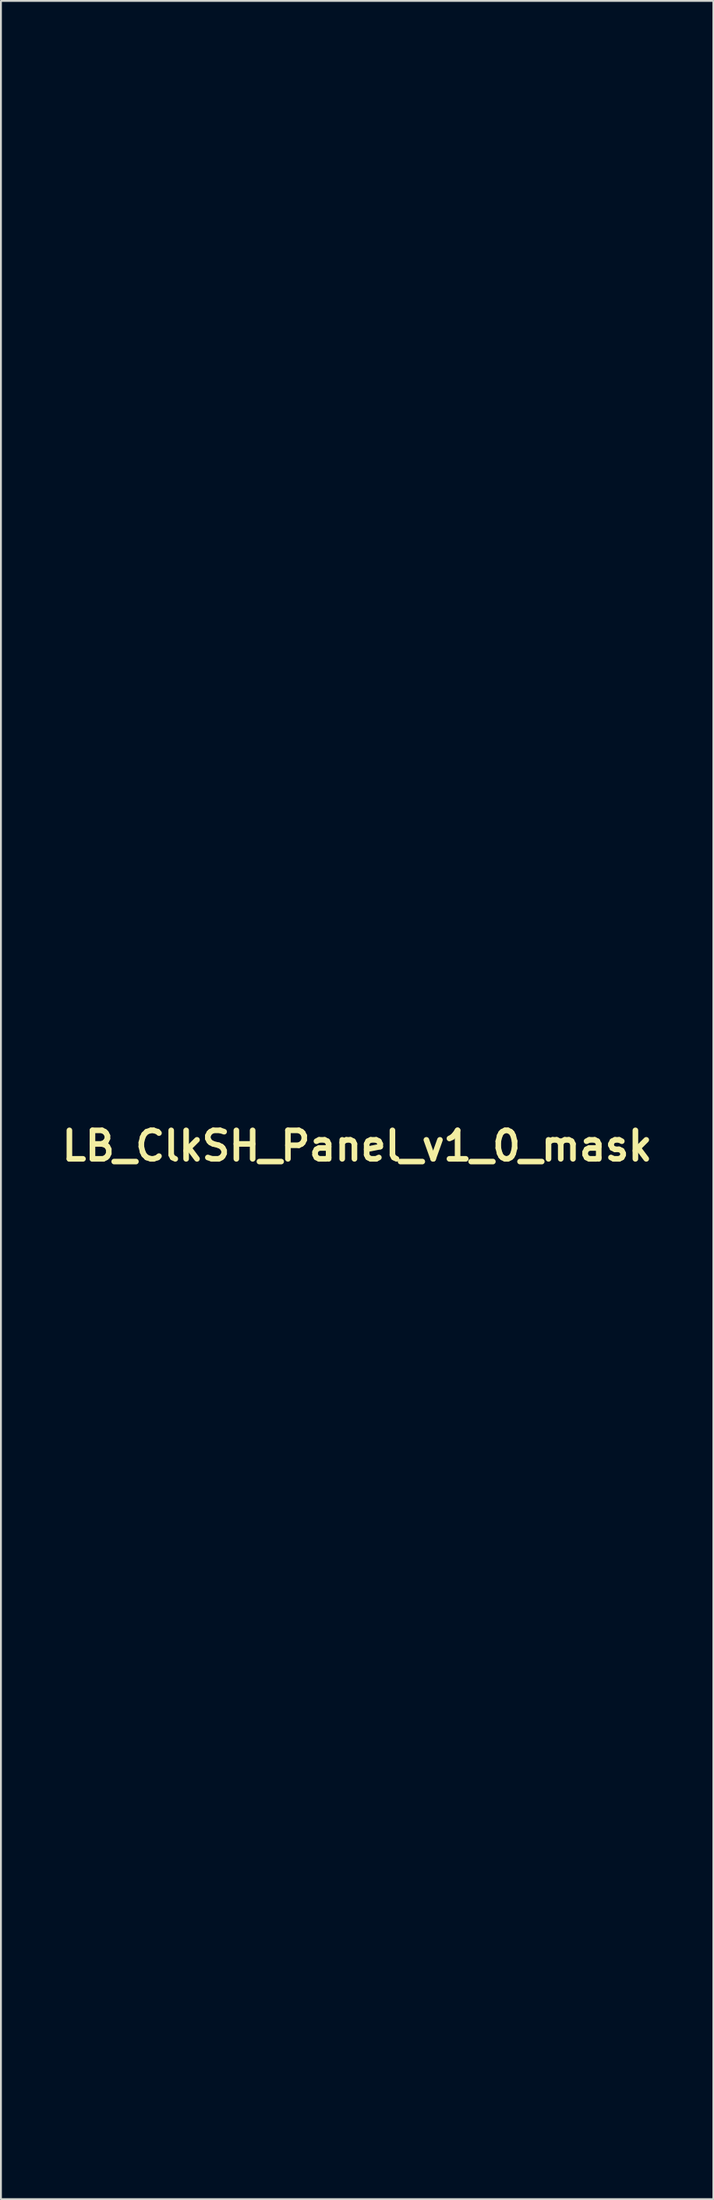
<source format=kicad_pcb>
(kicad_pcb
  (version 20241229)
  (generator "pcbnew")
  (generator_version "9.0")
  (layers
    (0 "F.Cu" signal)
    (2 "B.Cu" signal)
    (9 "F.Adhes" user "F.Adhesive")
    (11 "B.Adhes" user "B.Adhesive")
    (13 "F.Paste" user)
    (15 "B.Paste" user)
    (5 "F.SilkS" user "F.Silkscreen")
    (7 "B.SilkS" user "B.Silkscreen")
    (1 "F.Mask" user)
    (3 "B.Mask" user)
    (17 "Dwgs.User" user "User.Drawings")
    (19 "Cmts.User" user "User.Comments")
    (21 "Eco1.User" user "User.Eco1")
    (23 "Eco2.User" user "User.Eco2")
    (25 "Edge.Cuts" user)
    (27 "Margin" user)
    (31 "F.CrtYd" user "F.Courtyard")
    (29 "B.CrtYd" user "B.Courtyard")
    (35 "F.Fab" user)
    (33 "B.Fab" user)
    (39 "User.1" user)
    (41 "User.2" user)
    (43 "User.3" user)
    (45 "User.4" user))
  (footprint "LB_ClkSH_Panel_v1_0_mask"
    (layer "F.Cu")
    (at 16.046 58.213)
    (property "Reference" "LB_ClkSH_Panel_v1_0_mask" (at 0 0 0) (layer "F.SilkS") (effects (font (size 1.524 1.524) (thickness 0.3))))
    (attr through_hole)
    (fp_poly (pts (xy -0.677 -53.044) (xy -1.101 -53.044) (xy -1.101 -54.949) (xy -0.677 -54.949) (xy -0.677 -53.044)) (stroke (width 0.01) (type solid)) (fill yes) (layer "F.Mask"))
    (fp_poly (pts (xy -1.185 -9.61) (xy -0.423 -9.61) (xy -0.423 -9.271) (xy -1.609 -9.271) (xy -1.609 -11.176) (xy -1.185 -11.176) (xy -1.185 -9.61)) (stroke (width 0.01) (type solid)) (fill yes) (layer "F.Mask"))
    (fp_poly (pts (xy -0.677 15.536) (xy -1.185 15.536) (xy -1.185 17.103) (xy -1.609 17.103) (xy -1.609 15.536) (xy -2.117 15.536) (xy -2.117 15.198) (xy -0.677 15.198) (xy -0.677 15.536)) (stroke (width 0.01) (type solid)) (fill yes) (layer "F.Mask"))
    (fp_poly (pts (xy 1.651 36.957) (xy 1.143 36.957) (xy 1.143 38.523) (xy 0.72 38.523) (xy 0.72 36.957) (xy 0.212 36.957) (xy 0.212 36.618) (xy 1.651 36.618) (xy 1.651 36.957)) (stroke (width 0.01) (type solid)) (fill yes) (layer "F.Mask"))
    (fp_poly (pts (xy 1.778 -41.91) (xy 1.27 -41.91) (xy 1.27 -40.344) (xy 0.847 -40.344) (xy 0.847 -41.91) (xy 0.339 -41.91) (xy 0.339 -42.249) (xy 1.778 -42.249) (xy 1.778 -41.91)) (stroke (width 0.01) (type solid)) (fill yes) (layer "F.Mask"))
    (fp_poly (pts (xy 0.889 -10.837) (xy 0.127 -10.837) (xy 0.127 -10.414) (xy 0.847 -10.414) (xy 0.847 -10.075) (xy 0.127 -10.075) (xy 0.127 -9.61) (xy 0.931 -9.61) (xy 0.931 -9.271) (xy -0.296 -9.271) (xy -0.296 -11.176) (xy 0.889 -11.176) (xy 0.889 -10.837)) (stroke (width 0.01) (type solid)) (fill yes) (layer "F.Mask"))
    (fp_poly (pts (xy 2.921 36.957) (xy 2.159 36.957) (xy 2.159 37.38) (xy 2.879 37.38) (xy 2.879 37.719) (xy 2.159 37.719) (xy 2.159 38.185) (xy 2.963 38.185) (xy 2.963 38.523) (xy 1.736 38.523) (xy 1.736 36.618) (xy 2.921 36.618) (xy 2.921 36.957)) (stroke (width 0.01) (type solid)) (fill yes) (layer "F.Mask"))
    (fp_poly (pts (xy 3.09 -41.91) (xy 2.328 -41.91) (xy 2.328 -41.487) (xy 3.048 -41.487) (xy 3.048 -41.148) (xy 2.328 -41.148) (xy 2.328 -40.682) (xy 3.133 -40.682) (xy 3.133 -40.344) (xy 1.905 -40.344) (xy 1.905 -42.249) (xy 3.09 -42.249) (xy 3.09 -41.91)) (stroke (width 0.01) (type solid)) (fill yes) (layer "F.Mask"))
    (fp_poly (pts (xy -2.625 7.62) (xy -2.286 7.62) (xy -2.117 7.622) (xy -2.016 7.63) (xy -1.966 7.649) (xy -1.949 7.682) (xy -1.947 7.705) (xy -1.953 7.742) (xy -1.98 7.767) (xy -2.042 7.781) (xy -2.156 7.788) (xy -2.336 7.789) (xy -2.392 7.789) (xy -2.836 7.789) (xy -2.836 6.054) (xy -2.625 6.054) (xy -2.625 7.62)) (stroke (width 0.01) (type solid)) (fill yes) (layer "F.Mask"))
    (fp_poly (pts (xy -1.533 -6.547) (xy -1.352 -6.478) (xy -1.219 -6.34) (xy -1.149 -6.185) (xy -1.107 -5.952) (xy -1.119 -5.736) (xy -1.178 -5.547) (xy -1.275 -5.397) (xy -1.404 -5.297) (xy -1.558 -5.259) (xy -1.719 -5.291) (xy -1.857 -5.389) (xy -1.955 -5.543) (xy -2.011 -5.734) (xy -2.023 -5.942) (xy -1.989 -6.148) (xy -1.909 -6.333) (xy -1.814 -6.45) (xy -1.711 -6.529) (xy -1.617 -6.554) (xy -1.533 -6.547)) (stroke (width 0.01) (type solid)) (fill yes) (layer "F.Mask"))
    (fp_poly (pts (xy -2.597 23.426) (xy -2.54 23.465) (xy -2.546 23.511) (xy -2.625 23.55) (xy -2.659 23.564) (xy -2.683 23.595) (xy -2.698 23.657) (xy -2.706 23.764) (xy -2.709 23.93) (xy -2.709 24.126) (xy -2.709 24.352) (xy -2.705 24.506) (xy -2.697 24.603) (xy -2.682 24.655) (xy -2.657 24.676) (xy -2.625 24.68) (xy -2.556 24.707) (xy -2.54 24.744) (xy -2.568 24.788) (xy -2.661 24.806) (xy -2.709 24.807) (xy -2.879 24.807) (xy -2.879 23.41) (xy -2.709 23.41) (xy -2.597 23.426)) (stroke (width 0.01) (type solid)) (fill yes) (layer "F.Mask"))
    (fp_poly (pts (xy 3.006 24.807) (xy 2.836 24.807) (xy 2.719 24.797) (xy 2.67 24.762) (xy 2.667 24.744) (xy 2.702 24.692) (xy 2.752 24.68) (xy 2.786 24.676) (xy 2.81 24.653) (xy 2.824 24.598) (xy 2.832 24.499) (xy 2.836 24.34) (xy 2.836 24.126) (xy 2.836 23.9) (xy 2.832 23.744) (xy 2.823 23.645) (xy 2.807 23.589) (xy 2.782 23.561) (xy 2.752 23.55) (xy 2.673 23.51) (xy 2.667 23.464) (xy 2.725 23.426) (xy 2.836 23.41) (xy 3.006 23.41) (xy 3.006 24.807)) (stroke (width 0.01) (type solid)) (fill yes) (layer "F.Mask"))
    (fp_poly (pts (xy 0.745 -53.641) (xy 0.727 -54.295) (xy 0.709 -54.949) (xy 1.101 -54.949) (xy 1.101 -53.044) (xy 0.892 -53.044) (xy 0.815 -53.044) (xy 0.753 -53.051) (xy 0.7 -53.074) (xy 0.646 -53.123) (xy 0.587 -53.206) (xy 0.512 -53.332) (xy 0.417 -53.512) (xy 0.292 -53.753) (xy 0.233 -53.869) (xy 0.133 -54.063) (xy 0.048 -54.229) (xy -0.016 -54.351) (xy -0.051 -54.418) (xy -0.056 -54.426) (xy -0.058 -54.389) (xy -0.058 -54.281) (xy -0.057 -54.115) (xy -0.054 -53.907) (xy -0.051 -53.739) (xy -0.038 -53.044) (xy -0.423 -53.044) (xy -0.423 -54.949) (xy 0.068 -54.949) (xy 0.745 -53.641)) (stroke (width 0.01) (type solid)) (fill yes) (layer "F.Mask"))
    (fp_poly (pts (xy -0.223 23.418) (xy -0.153 23.427) (xy -0.098 23.449) (xy -0.047 23.498) (xy 0.012 23.587) (xy 0.09 23.729) (xy 0.154 23.852) (xy 0.374 24.273) (xy 0.35 23.842) (xy 0.326 23.41) (xy 0.593 23.41) (xy 0.593 24.638) (xy 0.454 24.638) (xy 0.393 24.634) (xy 0.343 24.615) (xy 0.295 24.567) (xy 0.238 24.478) (xy 0.161 24.335) (xy 0.089 24.194) (xy -0.00011 24.02) (xy -0.074 23.879) (xy -0.125 23.783) (xy -0.146 23.749) (xy -0.148 23.788) (xy -0.147 23.895) (xy -0.142 24.051) (xy -0.136 24.194) (xy -0.116 24.638) (xy -0.381 24.638) (xy -0.381 23.405) (xy -0.223 23.418)) (stroke (width 0.01) (type solid)) (fill yes) (layer "F.Mask"))
    (fp_poly (pts (xy 1.605 15.214) (xy 1.821 15.249) (xy 1.986 15.304) (xy 2.007 15.316) (xy 2.155 15.447) (xy 2.248 15.625) (xy 2.273 15.825) (xy 2.27 15.85) (xy 2.206 16.062) (xy 2.072 16.228) (xy 1.874 16.345) (xy 1.615 16.409) (xy 1.566 16.414) (xy 1.312 16.437) (xy 1.312 17.103) (xy 0.889 17.103) (xy 0.889 15.536) (xy 1.312 15.536) (xy 1.312 16.087) (xy 1.49 16.087) (xy 1.657 16.061) (xy 1.765 15.995) (xy 1.849 15.873) (xy 1.859 15.751) (xy 1.801 15.645) (xy 1.685 15.569) (xy 1.519 15.537) (xy 1.503 15.536) (xy 1.312 15.536) (xy 0.889 15.536) (xy 0.889 15.246) (xy 1.127 15.216) (xy 1.365 15.202) (xy 1.605 15.214)) (stroke (width 0.01) (type solid)) (fill yes) (layer "F.Mask"))
    (fp_poly (pts (xy 2.397 23.411) (xy 2.503 23.418) (xy 2.558 23.434) (xy 2.579 23.465) (xy 2.582 23.516) (xy 2.576 23.577) (xy 2.544 23.608) (xy 2.466 23.62) (xy 2.349 23.622) (xy 2.117 23.622) (xy 2.117 23.918) (xy 2.328 23.918) (xy 2.454 23.922) (xy 2.517 23.939) (xy 2.538 23.982) (xy 2.54 24.024) (xy 2.533 24.087) (xy 2.498 24.118) (xy 2.413 24.129) (xy 2.328 24.13) (xy 2.117 24.13) (xy 2.117 24.426) (xy 2.349 24.426) (xy 2.483 24.429) (xy 2.552 24.444) (xy 2.579 24.479) (xy 2.582 24.532) (xy 2.579 24.583) (xy 2.558 24.615) (xy 2.502 24.631) (xy 2.395 24.637) (xy 2.223 24.638) (xy 1.863 24.638) (xy 1.863 23.41) (xy 2.223 23.41) (xy 2.397 23.411)) (stroke (width 0.01) (type solid)) (fill yes) (layer "F.Mask"))
    (fp_poly (pts (xy -1.495 -57.359) (xy -1.464 -57.339) (xy -1.447 -57.285) (xy -1.441 -57.183) (xy -1.439 -57.014) (xy -1.439 -56.981) (xy -1.439 -56.6) (xy -0.677 -56.6) (xy -0.677 -56.981) (xy -0.676 -57.161) (xy -0.671 -57.273) (xy -0.656 -57.333) (xy -0.628 -57.357) (xy -0.581 -57.362) (xy -0.572 -57.362) (xy -0.466 -57.362) (xy -0.466 -55.626) (xy -0.572 -55.626) (xy -0.621 -55.629) (xy -0.651 -55.648) (xy -0.668 -55.699) (xy -0.676 -55.798) (xy -0.677 -55.96) (xy -0.677 -56.028) (xy -0.677 -56.43) (xy -1.439 -56.43) (xy -1.439 -56.028) (xy -1.44 -55.842) (xy -1.445 -55.724) (xy -1.458 -55.66) (xy -1.484 -55.632) (xy -1.527 -55.626) (xy -1.545 -55.626) (xy -1.651 -55.626) (xy -1.651 -57.362) (xy -1.545 -57.362) (xy -1.495 -57.359)) (stroke (width 0.01) (type solid)) (fill yes) (layer "F.Mask"))
    (fp_poly (pts (xy -3.182 6.066) (xy -3.032 6.093) (xy -2.953 6.141) (xy -2.934 6.221) (xy -2.945 6.284) (xy -2.97 6.356) (xy -3.013 6.384) (xy -3.102 6.381) (xy -3.156 6.373) (xy -3.378 6.374) (xy -3.556 6.445) (xy -3.684 6.58) (xy -3.755 6.774) (xy -3.768 6.921) (xy -3.735 7.149) (xy -3.642 7.322) (xy -3.494 7.433) (xy -3.299 7.478) (xy -3.156 7.47) (xy -3.042 7.456) (xy -2.986 7.47) (xy -2.963 7.524) (xy -2.955 7.576) (xy -2.952 7.675) (xy -2.972 7.731) (xy -2.973 7.732) (xy -3.053 7.754) (xy -3.188 7.768) (xy -3.347 7.771) (xy -3.5 7.765) (xy -3.617 7.748) (xy -3.63 7.745) (xy -3.818 7.645) (xy -3.975 7.481) (xy -4.083 7.27) (xy -4.11 7.178) (xy -4.137 6.894) (xy -4.094 6.637) (xy -3.987 6.415) (xy -3.826 6.239) (xy -3.617 6.119) (xy -3.37 6.062) (xy -3.182 6.066)) (stroke (width 0.01) (type solid)) (fill yes) (layer "F.Mask"))
    (fp_poly (pts (xy -3.171 -57.307) (xy -3.097 -57.261) (xy -3.081 -57.2) (xy -3.097 -57.123) (xy -3.124 -57.04) (xy -3.162 -57.009) (xy -3.241 -57.018) (xy -3.304 -57.033) (xy -3.463 -57.052) (xy -3.591 -57.025) (xy -3.668 -56.961) (xy -3.683 -56.903) (xy -3.653 -56.813) (xy -3.556 -56.727) (xy -3.385 -56.636) (xy -3.352 -56.621) (xy -3.164 -56.512) (xy -3.052 -56.374) (xy -3.007 -56.2) (xy -3.006 -56.155) (xy -3.043 -55.966) (xy -3.147 -55.811) (xy -3.303 -55.699) (xy -3.497 -55.636) (xy -3.714 -55.63) (xy -3.905 -55.675) (xy -3.998 -55.746) (xy -4.023 -55.853) (xy -3.984 -55.959) (xy -3.943 -55.993) (xy -3.871 -55.989) (xy -3.794 -55.966) (xy -3.625 -55.935) (xy -3.483 -55.953) (xy -3.388 -56.017) (xy -3.361 -56.071) (xy -3.351 -56.157) (xy -3.377 -56.223) (xy -3.454 -56.286) (xy -3.595 -56.361) (xy -3.625 -56.375) (xy -3.828 -56.493) (xy -3.956 -56.621) (xy -4.015 -56.77) (xy -4.022 -56.854) (xy -3.983 -57.03) (xy -3.88 -57.178) (xy -3.728 -57.287) (xy -3.545 -57.35) (xy -3.348 -57.357) (xy -3.171 -57.307)) (stroke (width 0.01) (type solid)) (fill yes) (layer "F.Mask"))
    (fp_poly (pts (xy 1.529 23.427) (xy 1.638 23.451) (xy 1.691 23.486) (xy 1.693 23.495) (xy 1.676 23.589) (xy 1.615 23.635) (xy 1.494 23.641) (xy 1.438 23.635) (xy 1.307 23.626) (xy 1.221 23.644) (xy 1.142 23.703) (xy 1.103 23.74) (xy 0.999 23.9) (xy 0.969 24.086) (xy 1 24.234) (xy 1.066 24.312) (xy 1.183 24.38) (xy 1.316 24.421) (xy 1.374 24.426) (xy 1.451 24.413) (xy 1.479 24.356) (xy 1.482 24.299) (xy 1.468 24.206) (xy 1.419 24.174) (xy 1.397 24.172) (xy 1.331 24.148) (xy 1.312 24.067) (xy 1.319 24.004) (xy 1.354 23.972) (xy 1.439 23.962) (xy 1.524 23.961) (xy 1.736 23.961) (xy 1.736 24.255) (xy 1.73 24.405) (xy 1.715 24.52) (xy 1.693 24.575) (xy 1.692 24.575) (xy 1.608 24.6) (xy 1.472 24.616) (xy 1.315 24.62) (xy 1.172 24.613) (xy 1.085 24.597) (xy 0.904 24.502) (xy 0.782 24.364) (xy 0.716 24.196) (xy 0.704 24.014) (xy 0.745 23.833) (xy 0.835 23.668) (xy 0.974 23.535) (xy 1.158 23.448) (xy 1.241 23.43) (xy 1.389 23.419) (xy 1.529 23.427)) (stroke (width 0.01) (type solid)) (fill yes) (layer "F.Mask"))
    (fp_poly (pts (xy 0.099 -42.049) (xy 0.134 -41.937) (xy 0.188 -41.763) (xy 0.255 -41.549) (xy 0.327 -41.315) (xy 0.359 -41.212) (xy 0.43 -40.984) (xy 0.494 -40.776) (xy 0.547 -40.607) (xy 0.583 -40.492) (xy 0.593 -40.46) (xy 0.631 -40.344) (xy 0.174 -40.344) (xy 0.102 -40.599) (xy 0.03 -40.855) (xy -0.249 -40.843) (xy -0.529 -40.831) (xy -0.652 -40.344) (xy -1.094 -40.344) (xy -0.993 -40.672) (xy -0.943 -40.835) (xy -0.876 -41.054) (xy -0.831 -41.201) (xy -0.452 -41.201) (xy -0.438 -41.168) (xy -0.358 -41.151) (xy -0.253 -41.148) (xy -0.124 -41.152) (xy -0.062 -41.168) (xy -0.049 -41.202) (xy -0.053 -41.222) (xy -0.075 -41.299) (xy -0.11 -41.43) (xy -0.152 -41.582) (xy -0.194 -41.723) (xy -0.23 -41.825) (xy -0.254 -41.867) (xy -0.255 -41.868) (xy -0.277 -41.83) (xy -0.31 -41.73) (xy -0.349 -41.587) (xy -0.356 -41.561) (xy -0.395 -41.404) (xy -0.429 -41.277) (xy -0.451 -41.205) (xy -0.452 -41.201) (xy -0.831 -41.201) (xy -0.801 -41.303) (xy -0.724 -41.554) (xy -0.706 -41.614) (xy -0.519 -42.227) (xy -0.243 -42.24) (xy 0.034 -42.252) (xy 0.099 -42.049)) (stroke (width 0.01) (type solid)) (fill yes) (layer "F.Mask"))
    (fp_poly (pts (xy 0.268 15.397) (xy 0.304 15.509) (xy 0.358 15.683) (xy 0.424 15.897) (xy 0.497 16.131) (xy 0.529 16.235) (xy 0.599 16.463) (xy 0.663 16.67) (xy 0.716 16.84) (xy 0.752 16.955) (xy 0.762 16.986) (xy 0.8 17.103) (xy 0.343 17.103) (xy 0.271 16.847) (xy 0.2 16.591) (xy -0.08 16.603) (xy -0.36 16.616) (xy -0.421 16.859) (xy -0.483 17.103) (xy -0.924 17.103) (xy -0.824 16.775) (xy -0.774 16.611) (xy -0.707 16.392) (xy -0.662 16.245) (xy -0.283 16.245) (xy -0.269 16.278) (xy -0.188 16.295) (xy -0.083 16.298) (xy 0.045 16.295) (xy 0.107 16.279) (xy 0.12 16.244) (xy 0.116 16.224) (xy 0.095 16.147) (xy 0.059 16.017) (xy 0.018 15.864) (xy -0.024 15.723) (xy -0.061 15.621) (xy -0.085 15.579) (xy -0.086 15.579) (xy -0.107 15.617) (xy -0.141 15.717) (xy -0.18 15.859) (xy -0.187 15.886) (xy -0.226 16.042) (xy -0.26 16.169) (xy -0.281 16.242) (xy -0.283 16.245) (xy -0.662 16.245) (xy -0.631 16.144) (xy -0.555 15.892) (xy -0.537 15.833) (xy -0.35 15.219) (xy -0.073 15.206) (xy 0.204 15.194) (xy 0.268 15.397)) (stroke (width 0.01) (type solid)) (fill yes) (layer "F.Mask"))
    (fp_poly (pts (xy -1.753 6.057) (xy -1.721 6.077) (xy -1.703 6.13) (xy -1.693 6.232) (xy -1.686 6.398) (xy -1.684 6.461) (xy -1.672 6.868) (xy -1.376 6.461) (xy -1.245 6.284) (xy -1.149 6.166) (xy -1.077 6.096) (xy -1.017 6.062) (xy -0.96 6.054) (xy -0.909 6.056) (xy -0.886 6.07) (xy -0.895 6.109) (xy -0.943 6.183) (xy -1.034 6.304) (xy -1.119 6.414) (xy -1.232 6.562) (xy -1.323 6.684) (xy -1.381 6.765) (xy -1.397 6.79) (xy -1.376 6.83) (xy -1.319 6.928) (xy -1.234 7.07) (xy -1.129 7.244) (xy -1.102 7.287) (xy -0.979 7.493) (xy -0.9 7.638) (xy -0.862 7.729) (xy -0.86 7.774) (xy -0.872 7.782) (xy -0.933 7.787) (xy -0.99 7.765) (xy -1.053 7.706) (xy -1.132 7.598) (xy -1.238 7.431) (xy -1.288 7.348) (xy -1.396 7.172) (xy -1.47 7.059) (xy -1.521 6.998) (xy -1.558 6.979) (xy -1.592 6.993) (xy -1.614 7.011) (xy -1.655 7.063) (xy -1.679 7.14) (xy -1.691 7.264) (xy -1.693 7.436) (xy -1.694 7.608) (xy -1.701 7.713) (xy -1.718 7.767) (xy -1.75 7.787) (xy -1.799 7.789) (xy -1.905 7.789) (xy -1.905 6.054) (xy -1.801 6.054) (xy -1.753 6.057)) (stroke (width 0.01) (type solid)) (fill yes) (layer "F.Mask"))
    (fp_poly (pts (xy -1.467 -42.253) (xy -1.386 -42.237) (xy -1.299 -42.194) (xy -1.273 -42.121) (xy -1.303 -41.998) (xy -1.309 -41.983) (xy -1.338 -41.923) (xy -1.381 -41.9) (xy -1.463 -41.906) (xy -1.553 -41.923) (xy -1.814 -41.945) (xy -2.037 -41.894) (xy -2.23 -41.768) (xy -2.234 -41.765) (xy -2.319 -41.679) (xy -2.368 -41.599) (xy -2.391 -41.494) (xy -2.402 -41.354) (xy -2.405 -41.183) (xy -2.386 -41.063) (xy -2.34 -40.961) (xy -2.331 -40.947) (xy -2.178 -40.777) (xy -1.982 -40.671) (xy -1.789 -40.64) (xy -1.609 -40.64) (xy -1.609 -41.106) (xy -1.757 -41.106) (xy -1.852 -41.111) (xy -1.894 -41.142) (xy -1.905 -41.225) (xy -1.905 -41.275) (xy -1.905 -41.444) (xy -1.185 -41.444) (xy -1.185 -40.426) (xy -1.299 -40.383) (xy -1.457 -40.345) (xy -1.664 -40.323) (xy -1.888 -40.319) (xy -2.096 -40.334) (xy -2.245 -40.363) (xy -2.462 -40.473) (xy -2.649 -40.643) (xy -2.779 -40.847) (xy -2.78 -40.849) (xy -2.824 -41.015) (xy -2.843 -41.226) (xy -2.835 -41.445) (xy -2.803 -41.635) (xy -2.78 -41.702) (xy -2.675 -41.867) (xy -2.517 -42.027) (xy -2.337 -42.155) (xy -2.217 -42.21) (xy -2.063 -42.244) (xy -1.862 -42.263) (xy -1.652 -42.267) (xy -1.467 -42.253)) (stroke (width 0.01) (type solid)) (fill yes) (layer "F.Mask"))
    (fp_poly (pts (xy -2.11 -11.202) (xy -1.979 -11.174) (xy -1.867 -11.129) (xy -1.825 -11.062) (xy -1.844 -10.954) (xy -1.859 -10.91) (xy -1.887 -10.852) (xy -1.928 -10.828) (xy -2.006 -10.832) (xy -2.116 -10.853) (xy -2.309 -10.87) (xy -2.454 -10.837) (xy -2.54 -10.756) (xy -2.561 -10.666) (xy -2.55 -10.608) (xy -2.505 -10.555) (xy -2.412 -10.495) (xy -2.257 -10.416) (xy -2.249 -10.412) (xy -2.028 -10.295) (xy -1.878 -10.184) (xy -1.787 -10.068) (xy -1.744 -9.932) (xy -1.736 -9.815) (xy -1.744 -9.673) (xy -1.78 -9.574) (xy -1.859 -9.478) (xy -1.875 -9.462) (xy -2.076 -9.319) (xy -2.324 -9.246) (xy -2.618 -9.244) (xy -2.83 -9.279) (xy -2.943 -9.308) (xy -2.993 -9.342) (xy -2.997 -9.402) (xy -2.989 -9.449) (xy -2.971 -9.558) (xy -2.963 -9.632) (xy -2.947 -9.66) (xy -2.886 -9.659) (xy -2.766 -9.627) (xy -2.545 -9.58) (xy -2.367 -9.583) (xy -2.24 -9.633) (xy -2.173 -9.726) (xy -2.167 -9.815) (xy -2.186 -9.876) (xy -2.235 -9.933) (xy -2.331 -9.998) (xy -2.488 -10.081) (xy -2.519 -10.097) (xy -2.695 -10.19) (xy -2.811 -10.267) (xy -2.886 -10.343) (xy -2.936 -10.426) (xy -2.991 -10.618) (xy -2.972 -10.796) (xy -2.889 -10.953) (xy -2.751 -11.079) (xy -2.569 -11.168) (xy -2.352 -11.212) (xy -2.11 -11.202)) (stroke (width 0.01) (type solid)) (fill yes) (layer "F.Mask"))
    (fp_poly (pts (xy 3.316 -11.169) (xy 3.375 -11.146) (xy 3.377 -11.123) (xy 3.362 -11.068) (xy 3.329 -10.944) (xy 3.282 -10.762) (xy 3.223 -10.537) (xy 3.158 -10.28) (xy 3.13 -10.171) (xy 2.9 -9.271) (xy 2.682 -9.271) (xy 2.537 -9.281) (xy 2.456 -9.31) (xy 2.445 -9.324) (xy 2.43 -9.382) (xy 2.403 -9.508) (xy 2.368 -9.685) (xy 2.326 -9.898) (xy 2.305 -10.009) (xy 2.185 -10.64) (xy 2.038 -9.956) (xy 1.891 -9.271) (xy 1.665 -9.271) (xy 1.539 -9.273) (xy 1.456 -9.277) (xy 1.436 -9.282) (xy 1.426 -9.324) (xy 1.399 -9.437) (xy 1.357 -9.609) (xy 1.304 -9.827) (xy 1.243 -10.081) (xy 1.209 -10.223) (xy 0.985 -11.155) (xy 1.196 -11.168) (xy 1.32 -11.173) (xy 1.402 -11.17) (xy 1.421 -11.166) (xy 1.433 -11.122) (xy 1.456 -11.008) (xy 1.489 -10.839) (xy 1.528 -10.628) (xy 1.559 -10.455) (xy 1.601 -10.23) (xy 1.639 -10.042) (xy 1.672 -9.905) (xy 1.696 -9.829) (xy 1.707 -9.821) (xy 1.723 -9.885) (xy 1.752 -10.014) (xy 1.789 -10.192) (xy 1.831 -10.401) (xy 1.842 -10.456) (xy 1.892 -10.718) (xy 1.93 -10.908) (xy 1.961 -11.038) (xy 1.992 -11.118) (xy 2.027 -11.16) (xy 2.074 -11.175) (xy 2.137 -11.173) (xy 2.214 -11.168) (xy 2.431 -11.155) (xy 2.505 -10.774) (xy 2.547 -10.552) (xy 2.592 -10.314) (xy 2.63 -10.106) (xy 2.636 -10.075) (xy 2.692 -9.758) (xy 2.788 -10.266) (xy 2.83 -10.486) (xy 2.871 -10.696) (xy 2.906 -10.871) (xy 2.927 -10.975) (xy 2.97 -11.176) (xy 3.183 -11.176) (xy 3.316 -11.169)) (stroke (width 0.01) (type solid)) (fill yes) (layer "F.Mask"))
    (fp_poly (pts (xy -2.238 -57.304) (xy -2.135 -57.205) (xy -2.079 -57.056) (xy -2.074 -56.986) (xy -2.091 -56.877) (xy -2.151 -56.776) (xy -2.239 -56.684) (xy -2.403 -56.528) (xy -2.233 -56.31) (xy -2.141 -56.198) (xy -2.066 -56.119) (xy -2.027 -56.092) (xy -1.998 -56.129) (xy -1.957 -56.225) (xy -1.924 -56.325) (xy -1.876 -56.466) (xy -1.828 -56.538) (xy -1.776 -56.557) (xy -1.723 -56.544) (xy -1.711 -56.489) (xy -1.721 -56.42) (xy -1.754 -56.293) (xy -1.806 -56.143) (xy -1.825 -56.097) (xy -1.904 -55.913) (xy -1.792 -55.78) (xy -1.68 -55.647) (xy -1.78 -55.632) (xy -1.894 -55.656) (xy -1.956 -55.711) (xy -2.031 -55.803) (xy -2.214 -55.715) (xy -2.399 -55.644) (xy -2.552 -55.634) (xy -2.699 -55.685) (xy -2.734 -55.706) (xy -2.87 -55.833) (xy -2.941 -55.997) (xy -2.944 -56.103) (xy -2.78 -56.103) (xy -2.776 -56.069) (xy -2.701 -55.914) (xy -2.578 -55.823) (xy -2.42 -55.802) (xy -2.267 -55.844) (xy -2.188 -55.892) (xy -2.159 -55.932) (xy -2.185 -55.987) (xy -2.251 -56.081) (xy -2.342 -56.194) (xy -2.438 -56.306) (xy -2.525 -56.397) (xy -2.585 -56.447) (xy -2.596 -56.452) (xy -2.656 -56.415) (xy -2.717 -56.324) (xy -2.763 -56.211) (xy -2.78 -56.103) (xy -2.944 -56.103) (xy -2.946 -56.177) (xy -2.881 -56.354) (xy -2.795 -56.465) (xy -2.673 -56.587) (xy -2.743 -56.781) (xy -2.783 -56.904) (xy -2.79 -56.989) (xy -2.783 -57.01) (xy -2.6 -57.01) (xy -2.59 -56.861) (xy -2.58 -56.826) (xy -2.531 -56.719) (xy -2.47 -56.691) (xy -2.384 -56.739) (xy -2.342 -56.776) (xy -2.264 -56.895) (xy -2.247 -57.03) (xy -2.294 -57.149) (xy -2.31 -57.168) (xy -2.369 -57.222) (xy -2.416 -57.229) (xy -2.476 -57.208) (xy -2.56 -57.134) (xy -2.6 -57.01) (xy -2.783 -57.01) (xy -2.764 -57.074) (xy -2.74 -57.127) (xy -2.638 -57.265) (xy -2.507 -57.339) (xy -2.368 -57.35) (xy -2.238 -57.304)) (stroke (width 0.01) (type solid)) (fill yes) (layer "F.Mask"))
    (fp_poly (pts (xy -0.07 36.818) (xy -0.035 36.93) (xy 0.019 37.104) (xy 0.085 37.318) (xy 0.158 37.552) (xy 0.19 37.656) (xy 0.26 37.883) (xy 0.324 38.091) (xy 0.377 38.26) (xy 0.413 38.375) (xy 0.423 38.407) (xy 0.461 38.523) (xy 0.004 38.523) (xy -0.067 38.268) (xy -0.139 38.012) (xy -0.699 38.036) (xy -0.822 38.523) (xy -1.69 38.523) (xy -1.755 38.304) (xy -1.792 38.17) (xy -1.816 38.064) (xy -1.82 38.027) (xy -1.857 37.937) (xy -1.946 37.848) (xy -2.061 37.782) (xy -2.157 37.761) (xy -2.286 37.761) (xy -2.286 38.523) (xy -2.709 38.523) (xy -2.709 37.465) (xy -2.29 37.465) (xy -2.106 37.465) (xy -1.933 37.441) (xy -1.828 37.379) (xy -1.748 37.261) (xy -1.742 37.144) (xy -1.803 37.042) (xy -1.921 36.969) (xy -2.085 36.939) (xy -2.265 36.936) (xy -2.277 37.2) (xy -2.29 37.465) (xy -2.709 37.465) (xy -2.709 36.667) (xy -2.471 36.637) (xy -2.238 36.622) (xy -1.999 36.631) (xy -1.78 36.661) (xy -1.607 36.709) (xy -1.552 36.735) (xy -1.424 36.853) (xy -1.349 37.01) (xy -1.329 37.184) (xy -1.365 37.352) (xy -1.456 37.491) (xy -1.522 37.542) (xy -1.642 37.615) (xy -1.544 37.729) (xy -1.478 37.834) (xy -1.412 37.982) (xy -1.377 38.088) (xy -1.328 38.262) (xy -1.295 38.369) (xy -1.273 38.422) (xy -1.258 38.437) (xy -1.248 38.431) (xy -1.23 38.386) (xy -1.192 38.272) (xy -1.137 38.102) (xy -1.069 37.885) (xy -1.001 37.666) (xy -0.621 37.666) (xy -0.608 37.699) (xy -0.527 37.716) (xy -0.422 37.719) (xy -0.293 37.715) (xy -0.232 37.699) (xy -0.218 37.665) (xy -0.223 37.645) (xy -0.244 37.568) (xy -0.28 37.437) (xy -0.321 37.285) (xy -0.363 37.144) (xy -0.399 37.042) (xy -0.423 37) (xy -0.424 36.999) (xy -0.446 37.037) (xy -0.48 37.137) (xy -0.519 37.28) (xy -0.525 37.306) (xy -0.565 37.463) (xy -0.599 37.59) (xy -0.62 37.662) (xy -0.621 37.666) (xy -1.001 37.666) (xy -0.992 37.636) (xy -0.958 37.525) (xy -0.688 36.639) (xy -0.412 36.627) (xy -0.135 36.615) (xy -0.07 36.818)) (stroke (width 0.01) (type solid)) (fill yes) (layer "F.Mask"))
    (fp_poly (pts (xy -0.81 23.418) (xy -0.804 23.422) (xy -0.793 23.466) (xy -0.761 23.576) (xy -0.714 23.737) (xy -0.656 23.934) (xy -0.635 24.003) (xy -0.574 24.21) (xy -0.522 24.388) (xy -0.485 24.522) (xy -0.467 24.595) (xy -0.466 24.603) (xy -0.502 24.628) (xy -0.589 24.638) (xy -0.678 24.624) (xy -0.732 24.566) (xy -0.762 24.49) (xy -0.799 24.397) (xy -0.85 24.354) (xy -0.944 24.342) (xy -0.996 24.342) (xy -1.112 24.346) (xy -1.171 24.372) (xy -1.199 24.439) (xy -1.21 24.492) (xy -1.238 24.642) (xy -1.515 24.629) (xy -1.793 24.617) (xy -1.859 24.405) (xy -1.907 24.277) (xy -1.955 24.21) (xy -2.022 24.183) (xy -2.043 24.18) (xy -2.109 24.177) (xy -2.143 24.199) (xy -2.157 24.266) (xy -2.159 24.398) (xy -2.159 24.402) (xy -2.161 24.536) (xy -2.175 24.607) (xy -2.211 24.634) (xy -2.282 24.638) (xy -2.287 24.638) (xy -2.415 24.638) (xy -2.404 24.035) (xy -2.399 23.791) (xy -2.159 23.791) (xy -2.155 23.902) (xy -2.131 23.949) (xy -2.069 23.957) (xy -2.026 23.953) (xy -1.917 23.921) (xy -1.846 23.865) (xy -1.825 23.769) (xy -1.875 23.687) (xy -1.985 23.636) (xy -2.026 23.63) (xy -2.11 23.627) (xy -2.148 23.654) (xy -2.159 23.734) (xy -2.159 23.791) (xy -2.399 23.791) (xy -2.392 23.431) (xy -2.081 23.431) (xy -1.917 23.434) (xy -1.813 23.447) (xy -1.744 23.476) (xy -1.686 23.53) (xy -1.668 23.55) (xy -1.583 23.698) (xy -1.58 23.841) (xy -1.662 23.975) (xy -1.668 23.982) (xy -1.733 24.058) (xy -1.736 24.107) (xy -1.714 24.131) (xy -1.671 24.197) (xy -1.625 24.313) (xy -1.604 24.386) (xy -1.569 24.505) (xy -1.537 24.581) (xy -1.524 24.596) (xy -1.504 24.557) (xy -1.465 24.452) (xy -1.414 24.294) (xy -1.354 24.097) (xy -1.345 24.066) (xy -1.094 24.066) (xy -1.074 24.113) (xy -1.018 24.129) (xy -0.969 24.13) (xy -0.88 24.121) (xy -0.857 24.087) (xy -0.864 24.061) (xy -0.89 23.98) (xy -0.925 23.854) (xy -0.94 23.796) (xy -0.989 23.601) (xy -1.044 23.812) (xy -1.083 23.972) (xy -1.094 24.066) (xy -1.345 24.066) (xy -1.329 24.014) (xy -1.161 23.431) (xy -0.983 23.418) (xy -0.873 23.414) (xy -0.81 23.418)) (stroke (width 0.01) (type solid)) (fill yes) (layer "F.Mask"))
    (fp_poly (pts (xy 0.415 5.372) (xy 0.948 5.373) (xy 1.47 5.375) (xy 1.972 5.377) (xy 2.449 5.38) (xy 2.893 5.384) (xy 3.298 5.389) (xy 3.656 5.394) (xy 3.961 5.4) (xy 4.206 5.407) (xy 4.384 5.414) (xy 4.487 5.422) (xy 4.51 5.427) (xy 4.612 5.503) (xy 4.681 5.594) (xy 4.685 5.611) (xy 4.69 5.646) (xy 4.694 5.7) (xy 4.697 5.776) (xy 4.701 5.875) (xy 4.704 6.001) (xy 4.707 6.154) (xy 4.71 6.336) (xy 4.713 6.55) (xy 4.716 6.798) (xy 4.718 7.081) (xy 4.721 7.402) (xy 4.723 7.762) (xy 4.725 8.164) (xy 4.727 8.609) (xy 4.728 9.099) (xy 4.73 9.637) (xy 4.732 10.225) (xy 4.733 10.864) (xy 4.734 11.556) (xy 4.735 12.304) (xy 4.736 13.108) (xy 4.737 13.973) (xy 4.738 14.898) (xy 4.739 15.887) (xy 4.739 16.941) (xy 4.74 18.062) (xy 4.74 19.253) (xy 4.74 20.515) (xy 4.741 21.85) (xy 4.741 23.26) (xy 4.741 24.747) (xy 4.741 26.313) (xy 4.741 27.961) (xy 4.741 29.333) (xy 4.741 31.106) (xy 4.741 32.796) (xy 4.741 34.405) (xy 4.741 35.934) (xy 4.74 37.385) (xy 4.74 38.759) (xy 4.739 40.059) (xy 4.739 41.285) (xy 4.738 42.44) (xy 4.737 43.525) (xy 4.736 44.542) (xy 4.735 45.492) (xy 4.734 46.377) (xy 4.732 47.198) (xy 4.731 47.958) (xy 4.729 48.658) (xy 4.727 49.299) (xy 4.726 49.884) (xy 4.724 50.413) (xy 4.721 50.889) (xy 4.719 51.313) (xy 4.717 51.687) (xy 4.714 52.012) (xy 4.711 52.29) (xy 4.708 52.523) (xy 4.705 52.712) (xy 4.702 52.859) (xy 4.699 52.966) (xy 4.695 53.034) (xy 4.691 53.065) (xy 4.691 53.066) (xy 4.675 53.103) (xy 4.66 53.135) (xy 4.641 53.164) (xy 4.612 53.189) (xy 4.57 53.211) (xy 4.51 53.229) (xy 4.425 53.245) (xy 4.313 53.258) (xy 4.168 53.269) (xy 3.985 53.277) (xy 3.76 53.284) (xy 3.487 53.289) (xy 3.162 53.292) (xy 2.78 53.295) (xy 2.337 53.296) (xy 1.826 53.297) (xy 1.245 53.297) (xy 0.588 53.296) (xy 0.013 53.296) (xy -0.716 53.296) (xy -1.365 53.295) (xy -1.938 53.294) (xy -2.44 53.292) (xy -2.874 53.29) (xy -3.245 53.287) (xy -3.559 53.284) (xy -3.818 53.28) (xy -4.027 53.275) (xy -4.192 53.269) (xy -4.315 53.263) (xy -4.402 53.255) (xy -4.457 53.247) (xy -4.483 53.239) (xy -4.583 53.156) (xy -4.64 53.081) (xy -4.644 53.031) (xy -4.649 52.9) (xy -4.653 52.689) (xy -4.657 52.403) (xy -4.661 52.043) (xy -4.664 51.614) (xy -4.668 51.117) (xy -4.671 50.557) (xy -4.674 49.935) (xy -4.677 49.255) (xy -4.68 48.52) (xy -4.681 48.408) (xy -3.491 48.408) (xy -3.458 48.948) (xy -3.356 49.443) (xy -3.183 49.901) (xy -2.935 50.33) (xy -2.609 50.741) (xy -2.587 50.765) (xy -2.187 51.139) (xy -1.742 51.442) (xy -1.253 51.673) (xy -0.717 51.833) (xy -0.614 51.855) (xy -0.435 51.876) (xy -0.199 51.884) (xy 0.067 51.88) (xy 0.337 51.865) (xy 0.584 51.84) (xy 0.783 51.807) (xy 0.823 51.797) (xy 1.257 51.657) (xy 1.634 51.484) (xy 1.977 51.264) (xy 2.31 50.983) (xy 2.434 50.863) (xy 2.731 50.539) (xy 2.965 50.215) (xy 3.151 49.869) (xy 3.301 49.476) (xy 3.375 49.229) (xy 3.417 49.009) (xy 3.442 48.733) (xy 3.451 48.428) (xy 3.444 48.122) (xy 3.421 47.84) (xy 3.381 47.612) (xy 3.375 47.588) (xy 3.238 47.159) (xy 3.073 46.789) (xy 2.868 46.456) (xy 2.607 46.135) (xy 2.434 45.953) (xy 2.152 45.69) (xy 1.886 45.484) (xy 1.611 45.32) (xy 1.319 45.187) (xy 1.033 45.08) (xy 0.776 45.008) (xy 0.519 44.964) (xy 0.232 44.943) (xy -0.021 44.938) (xy -0.498 44.962) (xy -0.927 45.037) (xy -1.334 45.17) (xy -1.744 45.368) (xy -1.853 45.43) (xy -2.021 45.547) (xy -2.219 45.713) (xy -2.431 45.912) (xy -2.637 46.124) (xy -2.819 46.33) (xy -2.959 46.513) (xy -3 46.576) (xy -3.215 46.991) (xy -3.364 47.397) (xy -3.453 47.818) (xy -3.489 48.28) (xy -3.491 48.408) (xy -4.681 48.408) (xy -4.683 47.732) (xy -4.685 46.895) (xy -4.688 46.011) (xy -4.69 45.084) (xy -4.692 44.116) (xy -4.694 43.11) (xy -4.696 42.164) (xy -2.177 42.164) (xy -2.147 42.469) (xy -2.053 42.718) (xy -1.898 42.91) (xy -1.681 43.044) (xy -1.404 43.118) (xy -1.201 43.134) (xy -1.044 43.131) (xy -0.9 43.119) (xy -0.852 43.111) (xy -0.758 43.073) (xy -0.72 42.998) (xy -0.731 42.87) (xy -0.745 42.816) (xy -0.769 42.761) (xy -0.818 42.743) (xy -0.919 42.755) (xy -0.948 42.76) (xy -1.173 42.772) (xy -1.381 42.727) (xy -1.544 42.631) (xy -1.55 42.625) (xy -1.661 42.467) (xy -1.718 42.269) (xy -1.722 42.055) (xy -1.671 41.852) (xy -1.574 41.693) (xy -1.454 41.6) (xy -1.298 41.531) (xy -1.143 41.499) (xy -1.058 41.505) (xy -0.907 41.542) (xy -0.817 41.553) (xy -0.768 41.533) (xy -0.74 41.476) (xy -0.723 41.414) (xy -0.7 41.282) (xy -0.723 41.213) (xy -0.782 41.193) (xy -0.805 41.19) (xy -0.55 41.19) (xy -0.55 43.095) (xy 0.635 43.095) (xy 0.635 42.714) (xy -0.127 42.714) (xy -0.127 41.19) (xy 0.72 41.19) (xy 0.72 43.095) (xy 1.143 43.095) (xy 1.143 42.795) (xy 1.149 42.614) (xy 1.171 42.492) (xy 1.214 42.405) (xy 1.225 42.39) (xy 1.307 42.286) (xy 1.368 42.384) (xy 1.418 42.466) (xy 1.495 42.597) (xy 1.584 42.751) (xy 1.605 42.788) (xy 1.782 43.095) (xy 2.036 43.095) (xy 2.167 43.091) (xy 2.252 43.078) (xy 2.273 43.064) (xy 2.245 43.018) (xy 2.181 42.914) (xy 2.091 42.766) (xy 1.983 42.589) (xy 1.953 42.54) (xy 1.842 42.358) (xy 1.75 42.201) (xy 1.684 42.084) (xy 1.653 42.021) (xy 1.651 42.015) (xy 1.675 41.968) (xy 1.74 41.872) (xy 1.834 41.742) (xy 1.894 41.661) (xy 2.007 41.512) (xy 2.106 41.382) (xy 2.175 41.291) (xy 2.193 41.266) (xy 2.217 41.225) (xy 2.201 41.202) (xy 2.132 41.193) (xy 1.995 41.19) (xy 1.98 41.19) (xy 1.712 41.19) (xy 1.438 41.598) (xy 1.164 42.005) (xy 1.152 41.598) (xy 1.14 41.19) (xy 0.72 41.19) (xy -0.127 41.19) (xy -0.55 41.19) (xy -0.805 41.19) (xy -0.905 41.178) (xy -1.067 41.17) (xy -1.135 41.17) (xy -1.351 41.176) (xy -1.506 41.196) (xy -1.624 41.235) (xy -1.651 41.249) (xy -1.882 41.404) (xy -2.043 41.592) (xy -2.138 41.823) (xy -2.176 42.11) (xy -2.177 42.164) (xy -4.696 42.164) (xy -4.696 42.07) (xy -4.697 40.997) (xy -4.698 40.756) (xy -4.403 40.756) (xy -4.253 40.615) (xy -4.127 40.518) (xy -3.989 40.445) (xy -3.946 40.43) (xy -3.877 40.423) (xy -3.73 40.416) (xy -3.513 40.409) (xy -3.234 40.404) (xy -2.9 40.399) (xy -2.519 40.395) (xy -2.098 40.392) (xy -1.644 40.389) (xy -1.165 40.387) (xy -0.669 40.386) (xy -0.162 40.385) (xy 0.347 40.385) (xy 0.851 40.386) (xy 1.343 40.387) (xy 1.816 40.39) (xy 2.261 40.393) (xy 2.672 40.396) (xy 3.041 40.4) (xy 3.36 40.405) (xy 3.622 40.411) (xy 3.82 40.418) (xy 3.946 40.425) (xy 3.989 40.43) (xy 4.119 40.488) (xy 4.255 40.58) (xy 4.296 40.615) (xy 4.445 40.756) (xy 4.434 23.225) (xy 4.424 5.694) (xy -4.381 5.694) (xy -4.403 40.756) (xy -4.698 40.756) (xy -4.699 39.896) (xy -4.7 38.769) (xy -4.701 37.618) (xy -4.702 36.448) (xy -4.703 35.26) (xy -4.704 34.058) (xy -4.704 32.845) (xy -4.705 31.623) (xy -4.705 30.396) (xy -4.705 29.166) (xy -4.705 27.937) (xy -4.704 26.711) (xy -4.704 25.492) (xy -4.703 24.281) (xy -4.702 23.083) (xy -4.702 21.9) (xy -4.701 20.735) (xy -4.699 19.59) (xy -4.698 18.47) (xy -4.696 17.377) (xy -4.695 16.313) (xy -4.693 15.282) (xy -4.691 14.286) (xy -4.689 13.329) (xy -4.686 12.414) (xy -4.684 11.543) (xy -4.681 10.719) (xy -4.678 9.945) (xy -4.675 9.225) (xy -4.672 8.561) (xy -4.669 7.956) (xy -4.666 7.413) (xy -4.662 6.935) (xy -4.658 6.525) (xy -4.654 6.186) (xy -4.65 5.92) (xy -4.646 5.731) (xy -4.642 5.622) (xy -4.639 5.594) (xy -4.558 5.491) (xy -4.467 5.427) (xy -4.407 5.418) (xy -4.268 5.411) (xy -4.059 5.403) (xy -3.785 5.397) (xy -3.455 5.391) (xy -3.074 5.386) (xy -2.65 5.382) (xy -2.19 5.379) (xy -1.701 5.376) (xy -1.188 5.374) (xy -0.661 5.373) (xy -0.124 5.372) (xy 0.415 5.372)) (stroke (width 0.01) (type solid)) (fill yes) (layer "F.Mask"))
    (fp_poly (pts (xy -0.539 -58.208) (xy 0.021 -58.208) (xy 0.741 -58.208) (xy 1.382 -58.208) (xy 1.947 -58.208) (xy 2.442 -58.207) (xy 2.871 -58.206) (xy 3.24 -58.203) (xy 3.553 -58.199) (xy 3.814 -58.194) (xy 4.03 -58.186) (xy 4.204 -58.177) (xy 4.341 -58.166) (xy 4.447 -58.152) (xy 4.525 -58.136) (xy 4.581 -58.116) (xy 4.62 -58.094) (xy 4.646 -58.068) (xy 4.664 -58.039) (xy 4.678 -58.005) (xy 4.691 -57.977) (xy 4.694 -57.927) (xy 4.697 -57.796) (xy 4.7 -57.585) (xy 4.703 -57.297) (xy 4.706 -56.935) (xy 4.709 -56.501) (xy 4.712 -55.997) (xy 4.714 -55.426) (xy 4.717 -54.792) (xy 4.719 -54.095) (xy 4.721 -53.339) (xy 4.723 -52.527) (xy 4.726 -51.66) (xy 4.727 -50.742) (xy 4.729 -49.775) (xy 4.731 -48.762) (xy 4.733 -47.704) (xy 4.734 -46.606) (xy 4.736 -45.468) (xy 4.737 -44.294) (xy 4.739 -43.087) (xy 4.74 -41.848) (xy 4.741 -40.581) (xy 4.742 -39.287) (xy 4.743 -37.97) (xy 4.743 -36.633) (xy 4.744 -35.276) (xy 4.745 -33.904) (xy 4.745 -32.519) (xy 4.745 -31.122) (xy 4.746 -29.718) (xy 4.746 -28.307) (xy 4.746 -26.894) (xy 4.746 -25.48) (xy 4.746 -24.068) (xy 4.746 -22.661) (xy 4.745 -21.26) (xy 4.745 -19.869) (xy 4.744 -18.49) (xy 4.744 -17.126) (xy 4.743 -15.78) (xy 4.742 -14.453) (xy 4.741 -13.148) (xy 4.74 -11.868) (xy 4.739 -10.616) (xy 4.738 -9.393) (xy 4.737 -8.204) (xy 4.735 -7.049) (xy 4.734 -5.932) (xy 4.732 -4.855) (xy 4.73 -3.82) (xy 4.728 -2.831) (xy 4.726 -1.89) (xy 4.724 -0.999) (xy 4.722 -0.161) (xy 4.72 0.621) (xy 4.718 1.346) (xy 4.715 2.01) (xy 4.713 2.611) (xy 4.71 3.146) (xy 4.707 3.613) (xy 4.705 4.009) (xy 4.702 4.332) (xy 4.699 4.579) (xy 4.696 4.748) (xy 4.692 4.836) (xy 4.691 4.848) (xy 4.675 4.885) (xy 4.66 4.917) (xy 4.641 4.946) (xy 4.612 4.971) (xy 4.57 4.993) (xy 4.51 5.012) (xy 4.425 5.027) (xy 4.313 5.04) (xy 4.168 5.051) (xy 3.985 5.06) (xy 3.76 5.066) (xy 3.487 5.071) (xy 3.162 5.075) (xy 2.78 5.077) (xy 2.337 5.078) (xy 1.826 5.079) (xy 1.245 5.079) (xy 0.588 5.079) (xy 0.013 5.079) (xy -0.716 5.078) (xy -1.365 5.077) (xy -1.938 5.076) (xy -2.44 5.074) (xy -2.874 5.072) (xy -3.245 5.07) (xy -3.559 5.066) (xy -3.818 5.062) (xy -4.027 5.057) (xy -4.192 5.052) (xy -4.315 5.045) (xy -4.402 5.038) (xy -4.457 5.029) (xy -4.483 5.021) (xy -4.583 4.939) (xy -4.64 4.864) (xy -4.643 4.815) (xy -4.647 4.685) (xy -4.65 4.475) (xy -4.653 4.188) (xy -4.656 3.826) (xy -4.659 3.393) (xy -4.662 2.89) (xy -4.665 2.32) (xy -4.668 1.686) (xy -4.671 0.991) (xy -4.673 0.236) (xy -4.674 -0.042) (xy -3.405 -0.042) (xy -3.394 0.335) (xy -3.355 0.66) (xy -3.283 0.96) (xy -3.169 1.265) (xy -3.016 1.585) (xy -2.919 1.764) (xy -2.819 1.919) (xy -2.7 2.07) (xy -2.546 2.239) (xy -2.394 2.394) (xy -2.197 2.586) (xy -2.035 2.73) (xy -1.885 2.842) (xy -1.727 2.94) (xy -1.587 3.015) (xy -1.216 3.188) (xy -0.874 3.308) (xy -0.535 3.38) (xy -0.17 3.41) (xy 0.169 3.408) (xy 0.592 3.376) (xy 0.938 3.311) (xy 0.972 3.302) (xy 1.157 3.24) (xy 1.377 3.152) (xy 1.596 3.053) (xy 1.671 3.016) (xy 1.85 2.918) (xy 2.005 2.818) (xy 2.156 2.699) (xy 2.325 2.545) (xy 2.479 2.394) (xy 2.67 2.197) (xy 2.814 2.035) (xy 2.927 1.885) (xy 3.025 1.726) (xy 3.101 1.585) (xy 3.26 1.249) (xy 3.372 0.945) (xy 3.443 0.644) (xy 3.48 0.318) (xy 3.49 -0.042) (xy 3.479 -0.42) (xy 3.44 -0.745) (xy 3.367 -1.045) (xy 3.253 -1.35) (xy 3.101 -1.669) (xy 3.003 -1.849) (xy 2.903 -2.004) (xy 2.785 -2.155) (xy 2.631 -2.323) (xy 2.479 -2.479) (xy 2.282 -2.67) (xy 2.119 -2.814) (xy 1.969 -2.927) (xy 1.811 -3.025) (xy 1.669 -3.101) (xy 1.333 -3.26) (xy 1.03 -3.372) (xy 0.729 -3.443) (xy 0.402 -3.48) (xy 0.042 -3.49) (xy -0.335 -3.479) (xy -0.66 -3.44) (xy -0.96 -3.367) (xy -1.265 -3.253) (xy -1.585 -3.101) (xy -1.764 -3.003) (xy -1.919 -2.903) (xy -2.07 -2.785) (xy -2.239 -2.631) (xy -2.394 -2.479) (xy -2.586 -2.282) (xy -2.73 -2.119) (xy -2.843 -1.969) (xy -2.941 -1.811) (xy -3.016 -1.669) (xy -3.176 -1.333) (xy -3.287 -1.03) (xy -3.358 -0.729) (xy -3.395 -0.402) (xy -3.405 -0.042) (xy -4.674 -0.042) (xy -4.676 -0.576) (xy -4.678 -1.442) (xy -4.68 -2.359) (xy -4.682 -3.325) (xy -4.684 -4.338) (xy -4.686 -5.395) (xy -4.687 -5.94) (xy -2.488 -5.94) (xy -2.468 -5.656) (xy -2.382 -5.4) (xy -2.234 -5.183) (xy -2.03 -5.018) (xy -1.947 -4.975) (xy -1.75 -4.924) (xy -1.518 -4.919) (xy -1.286 -4.959) (xy -1.087 -5.039) (xy -1.046 -5.064) (xy -0.853 -5.247) (xy -0.726 -5.48) (xy -0.664 -5.765) (xy -0.657 -5.926) (xy -0.689 -6.232) (xy -0.782 -6.482) (xy -0.938 -6.676) (xy -1.159 -6.819) (xy -1.195 -6.835) (xy -1.286 -6.858) (xy -0.55 -6.858) (xy -0.548 -6.191) (xy -0.544 -5.873) (xy -0.53 -5.627) (xy -0.505 -5.44) (xy -0.466 -5.298) (xy -0.412 -5.189) (xy -0.361 -5.123) (xy -0.198 -5.002) (xy 0.011 -4.931) (xy 0.244 -4.911) (xy 0.477 -4.945) (xy 0.636 -5.008) (xy 0.753 -5.079) (xy 0.842 -5.159) (xy 0.907 -5.262) (xy 0.952 -5.399) (xy 0.982 -5.584) (xy 0.999 -5.828) (xy 1.008 -6.144) (xy 1.008 -6.149) (xy 1.022 -6.858) (xy 1.101 -6.858) (xy 1.101 -6.477) (xy 1.609 -6.477) (xy 1.609 -4.953) (xy 2.032 -4.953) (xy 2.032 -6.473) (xy 2.297 -6.486) (xy 2.561 -6.498) (xy 2.574 -6.678) (xy 2.587 -6.858) (xy 1.101 -6.858) (xy 1.022 -6.858) (xy 0.6 -6.858) (xy 0.586 -6.189) (xy 0.578 -5.921) (xy 0.568 -5.724) (xy 0.554 -5.585) (xy 0.535 -5.49) (xy 0.508 -5.425) (xy 0.5 -5.411) (xy 0.388 -5.305) (xy 0.253 -5.267) (xy 0.115 -5.293) (xy -0.002 -5.381) (xy -0.072 -5.504) (xy -0.092 -5.607) (xy -0.108 -5.777) (xy -0.12 -5.996) (xy -0.125 -6.246) (xy -0.125 -6.255) (xy -0.127 -6.858) (xy -0.55 -6.858) (xy -1.286 -6.858) (xy -1.456 -6.902) (xy -1.715 -6.891) (xy -1.958 -6.811) (xy -2.169 -6.668) (xy -2.336 -6.468) (xy -2.438 -6.238) (xy -2.488 -5.94) (xy -4.687 -5.94) (xy -4.688 -6.493) (xy -4.689 -7.165) (xy -4.403 -7.165) (xy -4.253 -7.306) (xy -4.127 -7.403) (xy -3.989 -7.476) (xy -3.946 -7.491) (xy -3.877 -7.499) (xy -3.73 -7.506) (xy -3.513 -7.512) (xy -3.234 -7.517) (xy -2.9 -7.522) (xy -2.519 -7.526) (xy -2.098 -7.53) (xy -1.644 -7.532) (xy -1.165 -7.534) (xy -0.669 -7.536) (xy -0.162 -7.536) (xy 0.347 -7.536) (xy 0.851 -7.535) (xy 1.343 -7.534) (xy 1.816 -7.532) (xy 2.261 -7.529) (xy 2.672 -7.525) (xy 3.041 -7.521) (xy 3.36 -7.516) (xy 3.622 -7.51) (xy 3.82 -7.504) (xy 3.946 -7.497) (xy 3.989 -7.491) (xy 4.119 -7.434) (xy 4.255 -7.342) (xy 4.296 -7.306) (xy 4.445 -7.165) (xy 4.434 -32.528) (xy 4.424 -57.891) (xy -4.381 -57.891) (xy -4.392 -32.528) (xy -4.403 -7.165) (xy -4.689 -7.165) (xy -4.69 -7.63) (xy -4.691 -8.803) (xy -4.693 -10.01) (xy -4.694 -11.248) (xy -4.696 -12.515) (xy -4.697 -13.808) (xy -4.698 -15.124) (xy -4.699 -16.462) (xy -4.7 -17.818) (xy -4.701 -19.189) (xy -4.701 -20.575) (xy -4.702 -21.971) (xy -4.702 -23.375) (xy -4.703 -24.785) (xy -4.703 -26.198) (xy -4.703 -27.612) (xy -4.703 -29.024) (xy -4.703 -30.432) (xy -4.703 -31.833) (xy -4.703 -33.224) (xy -4.702 -34.603) (xy -4.702 -35.967) (xy -4.701 -37.314) (xy -4.701 -38.642) (xy -4.7 -39.947) (xy -4.699 -41.227) (xy -4.698 -42.48) (xy -4.697 -43.703) (xy -4.696 -44.894) (xy -4.694 -46.049) (xy -4.693 -47.167) (xy -4.691 -48.245) (xy -4.689 -49.281) (xy -4.688 -50.271) (xy -4.686 -51.213) (xy -4.684 -52.105) (xy -4.681 -52.945) (xy -4.679 -53.729) (xy -4.677 -54.455) (xy -4.674 -55.12) (xy -4.672 -55.723) (xy -4.669 -56.26) (xy -4.666 -56.729) (xy -4.663 -57.127) (xy -4.66 -57.452) (xy -4.657 -57.701) (xy -4.654 -57.873) (xy -4.65 -57.963) (xy -4.648 -57.977) (xy -4.633 -58.013) (xy -4.618 -58.046) (xy -4.598 -58.074) (xy -4.57 -58.1) (xy -4.528 -58.121) (xy -4.467 -58.14) (xy -4.383 -58.156) (xy -4.27 -58.169) (xy -4.125 -58.18) (xy -3.941 -58.188) (xy -3.715 -58.195) (xy -3.442 -58.2) (xy -3.117 -58.204) (xy -2.734 -58.206) (xy -2.29 -58.207) (xy -1.779 -58.208) (xy -1.197 -58.208) (xy -0.539 -58.208)) (stroke (width 0.01) (type solid)) (fill yes) (layer "F.Mask")))
  (gr_rect
    (start -3 -3)
    (end 35.091 114.515)
    (stroke (width 0.1) (type default))
    (fill no)
    (layer "Edge.Cuts")))
</source>
